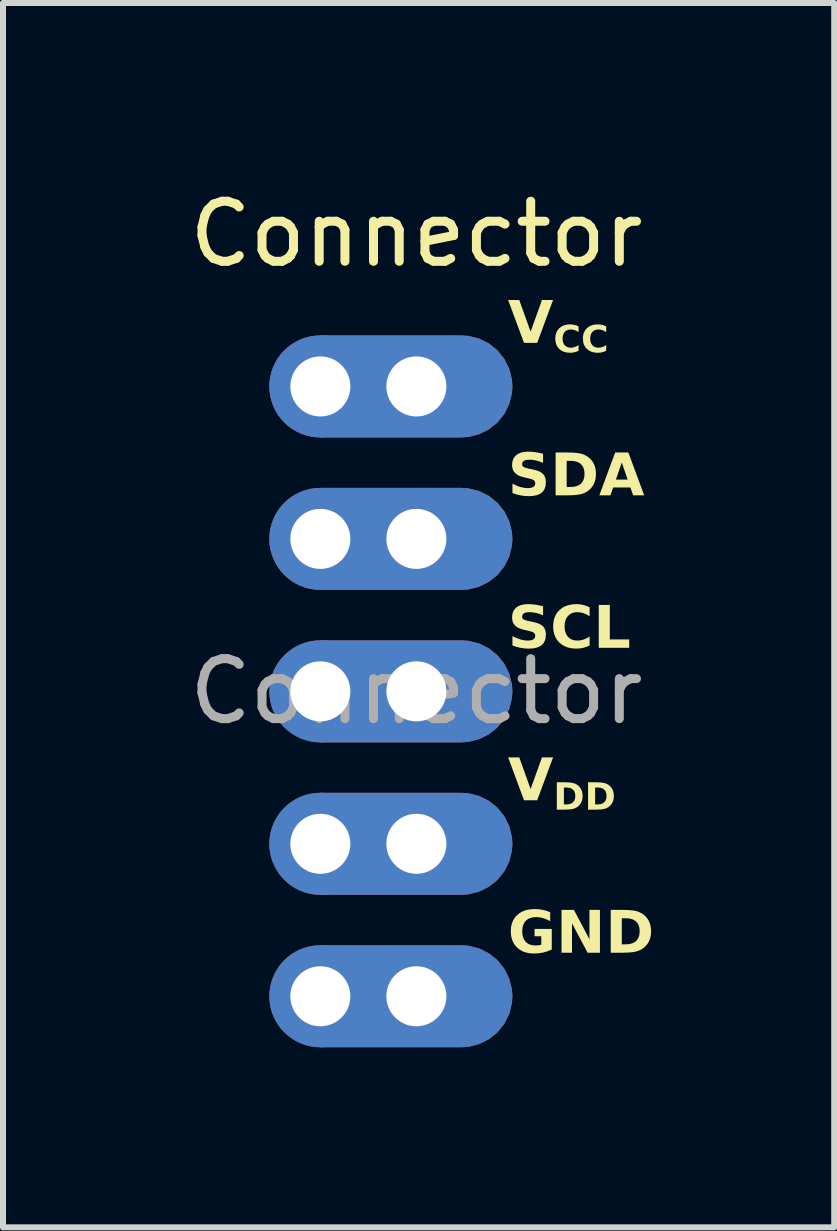
<source format=kicad_pcb>
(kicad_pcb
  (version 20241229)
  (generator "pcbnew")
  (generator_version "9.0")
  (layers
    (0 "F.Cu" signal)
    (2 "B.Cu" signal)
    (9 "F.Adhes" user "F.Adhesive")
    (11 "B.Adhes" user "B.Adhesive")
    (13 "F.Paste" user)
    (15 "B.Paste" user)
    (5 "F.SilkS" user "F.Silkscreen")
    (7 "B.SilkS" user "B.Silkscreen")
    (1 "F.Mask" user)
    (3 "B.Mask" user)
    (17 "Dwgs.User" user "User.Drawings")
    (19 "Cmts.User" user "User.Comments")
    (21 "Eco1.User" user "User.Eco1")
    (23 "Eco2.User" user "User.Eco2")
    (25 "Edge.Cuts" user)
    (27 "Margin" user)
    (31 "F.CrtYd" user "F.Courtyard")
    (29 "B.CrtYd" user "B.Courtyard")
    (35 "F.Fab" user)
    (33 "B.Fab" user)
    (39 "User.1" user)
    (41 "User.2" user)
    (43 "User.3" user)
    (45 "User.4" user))
  (footprint "Connector"
    (layer "F.Cu")
    (at 3.887 8.468)
    (property "Reference" "Connector" (at 0 -7.62 0) (unlocked yes) (layer "F.SilkS") (effects (font (size 1 1) (thickness 0.15))))
    (attr through_hole)
    (fp_text user "GND" (at 1.524 4.064 0) (unlocked yes) (layer "F.SilkS") (effects (font (face "Oxanium SemiBold") (size 0.7 0.7) (thickness 0.087)) (justify left)))
    (fp_text user "V_{DD}" (at 1.524 1.524 0) (unlocked yes) (layer "F.SilkS") (effects (font (face "Oxanium SemiBold") (size 0.7 0.7) (thickness 0.087)) (justify left)))
    (fp_text user "V_{CC}" (at 1.524 -6.096 0) (unlocked yes) (layer "F.SilkS") (effects (font (face "Oxanium SemiBold") (size 0.7 0.7) (thickness 0.087)) (justify left)))
    (fp_text user "SDA" (at 1.524 -3.556 0) (unlocked yes) (layer "F.SilkS") (effects (font (face "Oxanium SemiBold") (size 0.7 0.7) (thickness 0.087)) (justify left)))
    (fp_text user "SCL" (at 1.524 -1.016 0) (unlocked yes) (layer "F.SilkS") (effects (font (face "Oxanium SemiBold") (size 0.7 0.7) (thickness 0.087)) (justify left)))
    (fp_text user "${REFERENCE}" (at 0 0 0) (unlocked yes) (layer "F.Fab") (effects (font (size 1 1) (thickness 0.15))))
    (pad "1" thru_hole circle (at -1.6 -5.08) (size 1.7 1.7) (drill 1) (layers "*.Cu" "*.Mask"))
    (pad "1" thru_hole roundrect (at 0 -5.08) (size 3.2 1.7) (drill 1) (layers "*.Cu" "*.Mask") (roundrect_rratio 0.5) (chamfer_ratio 0) (chamfer top_left bottom_left))
    (pad "2" thru_hole circle (at -1.6 -2.54) (size 1.7 1.7) (drill 1) (layers "*.Cu" "*.Mask"))
    (pad "2" thru_hole roundrect (at 0 -2.54) (size 3.2 1.7) (drill 1) (layers "*.Cu" "*.Mask") (roundrect_rratio 0.5) (chamfer_ratio 0) (chamfer top_left bottom_left))
    (pad "3" thru_hole circle (at -1.6 0) (size 1.7 1.7) (drill 1) (layers "*.Cu" "*.Mask"))
    (pad "3" thru_hole roundrect (at 0 0) (size 3.2 1.7) (drill 1) (layers "*.Cu" "*.Mask") (roundrect_rratio 0.5) (chamfer_ratio 0) (chamfer top_left bottom_left))
    (pad "4" thru_hole circle (at -1.6 2.54) (size 1.7 1.7) (drill 1) (layers "*.Cu" "*.Mask"))
    (pad "4" thru_hole roundrect (at 0 2.54) (size 3.2 1.7) (drill 1) (layers "*.Cu" "*.Mask") (roundrect_rratio 0.5) (chamfer_ratio 0) (chamfer top_left bottom_left))
    (pad "5" thru_hole circle (at -1.6 5.08) (size 1.7 1.7) (drill 1) (layers "*.Cu" "*.Mask"))
    (pad "5" thru_hole roundrect (at 0 5.08) (size 3.2 1.7) (drill 1) (layers "*.Cu" "*.Mask") (roundrect_rratio 0.5) (chamfer_ratio 0) (chamfer top_left bottom_left)))
  (gr_rect
    (start -3 -3)
    (end 10.848 17.398)
    (stroke (width 0.1) (type default))
    (fill no)
    (layer "Edge.Cuts")))
</source>
